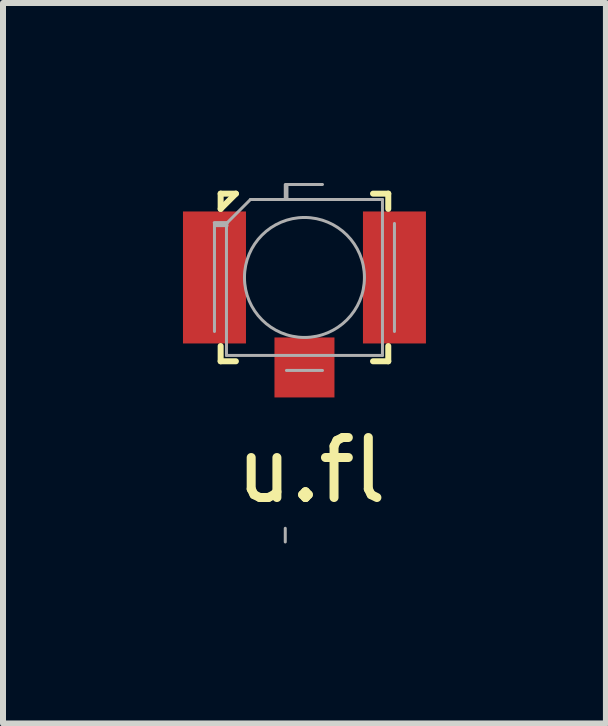
<source format=kicad_pcb>
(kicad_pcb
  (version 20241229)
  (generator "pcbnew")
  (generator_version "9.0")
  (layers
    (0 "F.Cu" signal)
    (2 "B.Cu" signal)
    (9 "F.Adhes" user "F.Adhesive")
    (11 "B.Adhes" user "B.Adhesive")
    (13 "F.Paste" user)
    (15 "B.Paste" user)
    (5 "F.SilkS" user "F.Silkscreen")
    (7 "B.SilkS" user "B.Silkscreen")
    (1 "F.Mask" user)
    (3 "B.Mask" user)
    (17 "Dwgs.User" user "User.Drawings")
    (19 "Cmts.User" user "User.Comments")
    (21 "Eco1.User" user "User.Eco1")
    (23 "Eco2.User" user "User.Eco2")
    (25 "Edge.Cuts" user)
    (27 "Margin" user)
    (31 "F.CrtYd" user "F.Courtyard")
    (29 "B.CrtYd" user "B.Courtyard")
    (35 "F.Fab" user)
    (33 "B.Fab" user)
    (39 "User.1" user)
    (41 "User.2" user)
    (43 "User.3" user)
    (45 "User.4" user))
  (footprint "u.fl"
    (layer "F.Cu")
    (at 2.025 1.575)
    (property "Reference" "u.fl" (at 0.112 3.213 0) (layer "F.SilkS") (effects (font (size 1 1) (thickness 0.15))))
    (attr through_hole)
    (fp_line (start -1.397 -1.397) (end -1.397 -1.143) (stroke (width 0.1) (type solid)) (layer "F.SilkS"))
    (fp_line (start -1.397 -1.143) (end -1.143 -1.397) (stroke (width 0.1) (type solid)) (layer "F.SilkS"))
    (fp_line (start -1.397 1.143) (end -1.397 1.397) (stroke (width 0.1) (type solid)) (layer "F.SilkS"))
    (fp_line (start -1.397 1.397) (end -1.143 1.397) (stroke (width 0.1) (type solid)) (layer "F.SilkS"))
    (fp_line (start -1.143 -1.397) (end -1.397 -1.397) (stroke (width 0.1) (type solid)) (layer "F.SilkS"))
    (fp_line (start 1.143 -1.397) (end 1.397 -1.397) (stroke (width 0.1) (type solid)) (layer "F.SilkS"))
    (fp_line (start 1.397 -1.397) (end 1.397 -1.143) (stroke (width 0.1) (type solid)) (layer "F.SilkS"))
    (fp_line (start 1.397 1.143) (end 1.397 1.397) (stroke (width 0.1) (type solid)) (layer "F.SilkS"))
    (fp_line (start 1.397 1.397) (end 1.143 1.397) (stroke (width 0.1) (type solid)) (layer "F.SilkS"))
    (fp_line (start -1.504 -0.914) (end -1.3 -0.914) (stroke (width 0.05) (type solid)) (layer "F.Fab"))
    (fp_line (start -1.5 -0.9) (end -1.5 0.9) (stroke (width 0.05) (type solid)) (layer "F.Fab"))
    (fp_line (start -1.499 -0.889) (end -1.295 -0.889) (stroke (width 0.05) (type solid)) (layer "F.Fab"))
    (fp_line (start -1.494 -0.904) (end -1.29 -0.904) (stroke (width 0.05) (type solid)) (layer "F.Fab"))
    (fp_line (start -1.494 -0.864) (end -1.29 -0.864) (stroke (width 0.05) (type solid)) (layer "F.Fab"))
    (fp_line (start -1.3 1.3) (end -1.3 -0.9) (stroke (width 0.05) (type solid)) (layer "F.Fab"))
    (fp_line (start -0.9 -1.3) (end -1.3 -0.9) (stroke (width 0.05) (type solid)) (layer "F.Fab"))
    (fp_line (start -0.32 -1.549) (end -0.32 -1.321) (stroke (width 0.05) (type solid)) (layer "F.Fab"))
    (fp_line (start -0.32 4.181) (end -0.32 4.409) (stroke (width 0.05) (type solid)) (layer "F.Fab"))
    (fp_line (start -0.305 -1.549) (end -0.305 -1.321) (stroke (width 0.05) (type solid)) (layer "F.Fab"))
    (fp_line (start -0.295 -1.544) (end -0.295 -1.316) (stroke (width 0.05) (type solid)) (layer "F.Fab"))
    (fp_line (start -0.295 -1.544) (end -0.295 -1.316) (stroke (width 0.05) (type solid)) (layer "F.Fab"))
    (fp_line (start 0.3 -1.55) (end -0.3 -1.55) (stroke (width 0.05) (type solid)) (layer "F.Fab"))
    (fp_line (start 0.3 1.55) (end -0.3 1.55) (stroke (width 0.05) (type solid)) (layer "F.Fab"))
    (fp_line (start 1.3 -1.3) (end -0.9 -1.3) (stroke (width 0.05) (type solid)) (layer "F.Fab"))
    (fp_line (start 1.3 -1.3) (end 1.3 1.3) (stroke (width 0.05) (type solid)) (layer "F.Fab"))
    (fp_line (start 1.3 1.3) (end -1.3 1.3) (stroke (width 0.05) (type solid)) (layer "F.Fab"))
    (fp_line (start 1.5 0.9) (end 1.5 -0.9) (stroke (width 0.05) (type solid)) (layer "F.Fab"))
    (fp_circle (center 0 0) (end 1 0) (stroke (width 0.05) (type solid)) (fill no) (layer "F.Fab"))
    (pad "1" smd rect (at 0 1.5) (size 1 1) (layers "F.Cu" "F.Mask" "F.Paste"))
    (pad "2" smd rect (at -1.5 0) (size 1.05 2.2) (layers "F.Cu" "F.Mask" "F.Paste"))
    (pad "2" smd rect (at 1.5 0) (size 1.05 2.2) (layers "F.Cu" "F.Mask" "F.Paste")))
  (gr_rect
    (start -3 -3)
    (end 7.05 9.009)
    (stroke (width 0.1) (type default))
    (fill no)
    (layer "Edge.Cuts")))
</source>
